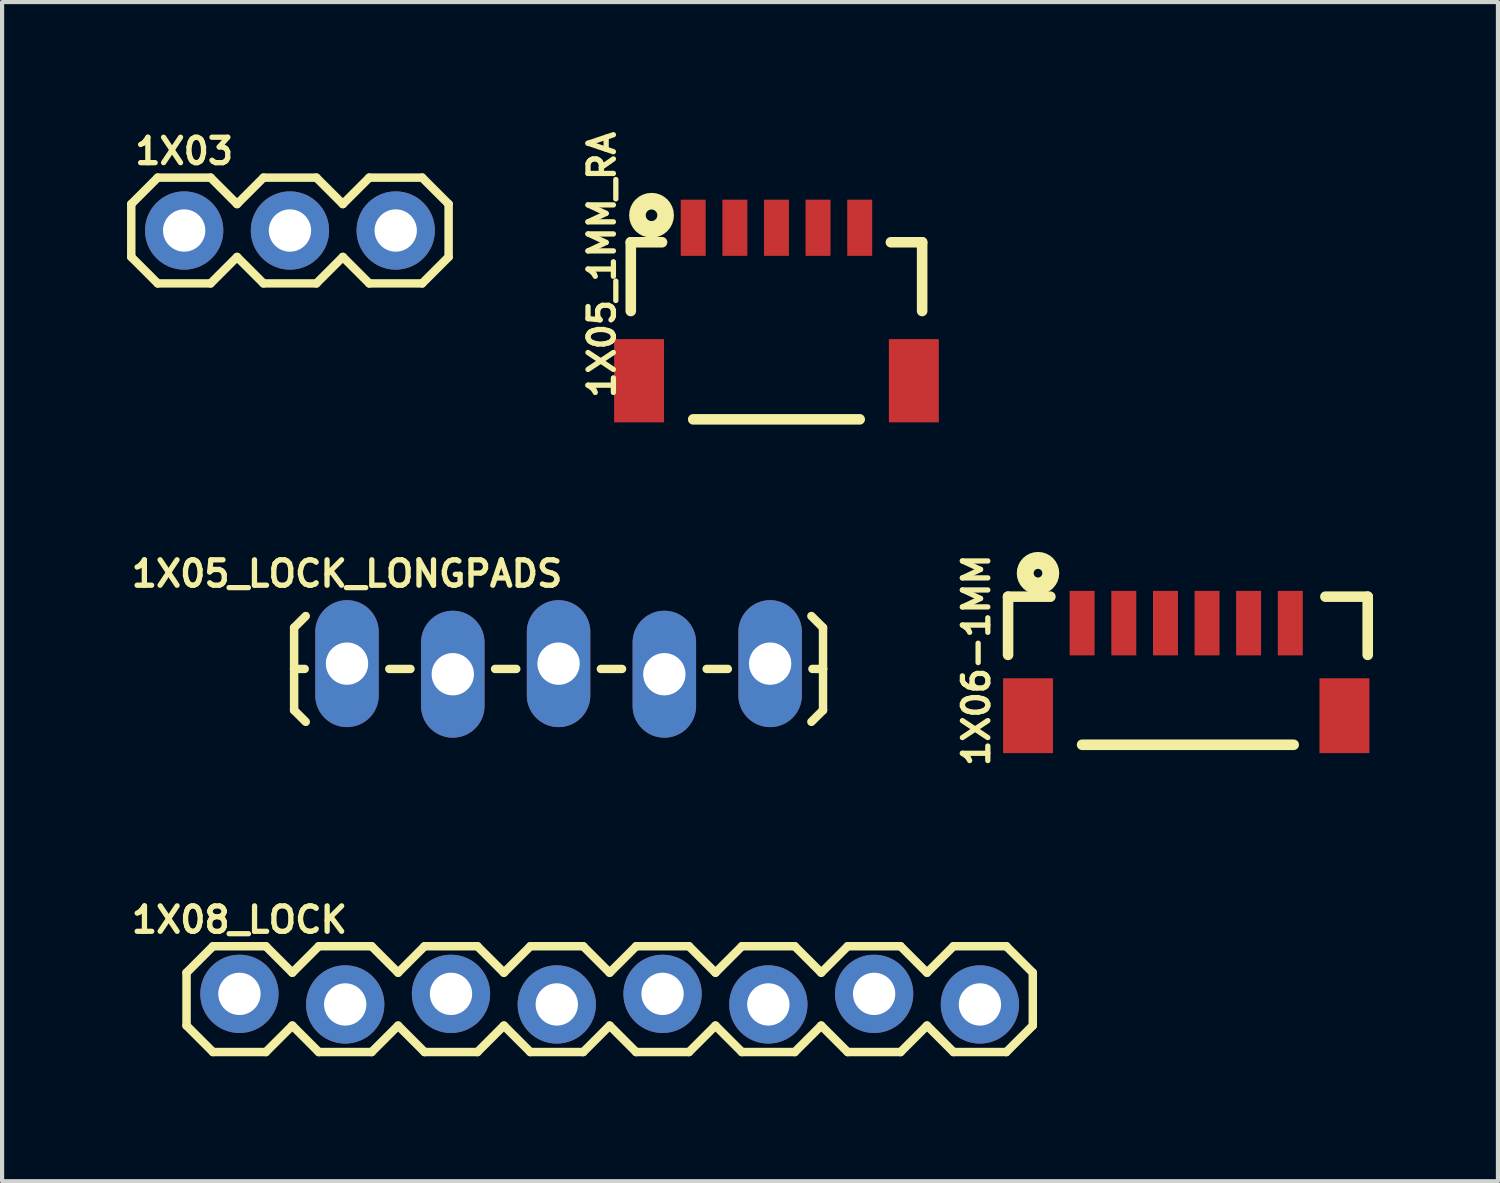
<source format=kicad_pcb>
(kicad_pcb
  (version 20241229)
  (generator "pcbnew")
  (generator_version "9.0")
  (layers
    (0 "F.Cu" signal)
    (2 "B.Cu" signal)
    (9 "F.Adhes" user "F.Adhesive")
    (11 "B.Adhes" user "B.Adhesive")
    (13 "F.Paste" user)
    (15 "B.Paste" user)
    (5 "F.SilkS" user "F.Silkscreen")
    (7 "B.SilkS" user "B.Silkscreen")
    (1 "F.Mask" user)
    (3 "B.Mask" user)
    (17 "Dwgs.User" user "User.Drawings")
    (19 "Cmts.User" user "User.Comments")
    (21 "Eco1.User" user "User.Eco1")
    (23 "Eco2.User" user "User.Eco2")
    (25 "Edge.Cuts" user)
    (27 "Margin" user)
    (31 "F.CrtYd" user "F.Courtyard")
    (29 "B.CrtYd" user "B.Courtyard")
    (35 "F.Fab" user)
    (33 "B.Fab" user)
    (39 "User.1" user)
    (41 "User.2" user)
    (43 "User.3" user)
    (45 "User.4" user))
  (footprint "1X08_LOCK"
    (layer "F.Cu")
    (at 2.699 20.941)
    (property "Reference" "1X08_LOCK" (at 0 -1.905 0) (layer "F.SilkS") (effects (font (size 0.61 0.61) (thickness 0.127))))
    (attr exclude_from_pos_files exclude_from_bom)
    (fp_line (start -1.27 -0.635) (end -1.27 0.635) (stroke (width 0.203) (type solid)) (layer "F.SilkS"))
    (fp_line (start -1.27 0.635) (end -0.635 1.27) (stroke (width 0.203) (type solid)) (layer "F.SilkS"))
    (fp_line (start -0.635 -1.27) (end -1.27 -0.635) (stroke (width 0.203) (type solid)) (layer "F.SilkS"))
    (fp_line (start -0.635 -1.27) (end 0.635 -1.27) (stroke (width 0.203) (type solid)) (layer "F.SilkS"))
    (fp_line (start 0.635 -1.27) (end 1.27 -0.635) (stroke (width 0.203) (type solid)) (layer "F.SilkS"))
    (fp_line (start 0.635 1.27) (end -0.635 1.27) (stroke (width 0.203) (type solid)) (layer "F.SilkS"))
    (fp_line (start 1.27 -0.635) (end 1.905 -1.27) (stroke (width 0.203) (type solid)) (layer "F.SilkS"))
    (fp_line (start 1.27 0.635) (end 0.635 1.27) (stroke (width 0.203) (type solid)) (layer "F.SilkS"))
    (fp_line (start 1.905 -1.27) (end 3.175 -1.27) (stroke (width 0.203) (type solid)) (layer "F.SilkS"))
    (fp_line (start 1.905 1.27) (end 1.27 0.635) (stroke (width 0.203) (type solid)) (layer "F.SilkS"))
    (fp_line (start 3.175 -1.27) (end 3.81 -0.635) (stroke (width 0.203) (type solid)) (layer "F.SilkS"))
    (fp_line (start 3.175 1.27) (end 1.905 1.27) (stroke (width 0.203) (type solid)) (layer "F.SilkS"))
    (fp_line (start 3.81 -0.635) (end 4.445 -1.27) (stroke (width 0.203) (type solid)) (layer "F.SilkS"))
    (fp_line (start 3.81 0.635) (end 3.175 1.27) (stroke (width 0.203) (type solid)) (layer "F.SilkS"))
    (fp_line (start 4.445 -1.27) (end 5.715 -1.27) (stroke (width 0.203) (type solid)) (layer "F.SilkS"))
    (fp_line (start 4.445 1.27) (end 3.81 0.635) (stroke (width 0.203) (type solid)) (layer "F.SilkS"))
    (fp_line (start 5.715 -1.27) (end 6.35 -0.635) (stroke (width 0.203) (type solid)) (layer "F.SilkS"))
    (fp_line (start 5.715 1.27) (end 4.445 1.27) (stroke (width 0.203) (type solid)) (layer "F.SilkS"))
    (fp_line (start 6.35 0.635) (end 5.715 1.27) (stroke (width 0.203) (type solid)) (layer "F.SilkS"))
    (fp_line (start 6.35 0.635) (end 6.985 1.27) (stroke (width 0.203) (type solid)) (layer "F.SilkS"))
    (fp_line (start 6.985 -1.27) (end 6.35 -0.635) (stroke (width 0.203) (type solid)) (layer "F.SilkS"))
    (fp_line (start 6.985 -1.27) (end 8.255 -1.27) (stroke (width 0.203) (type solid)) (layer "F.SilkS"))
    (fp_line (start 8.255 -1.27) (end 8.89 -0.635) (stroke (width 0.203) (type solid)) (layer "F.SilkS"))
    (fp_line (start 8.255 1.27) (end 6.985 1.27) (stroke (width 0.203) (type solid)) (layer "F.SilkS"))
    (fp_line (start 8.89 -0.635) (end 9.525 -1.27) (stroke (width 0.203) (type solid)) (layer "F.SilkS"))
    (fp_line (start 8.89 0.635) (end 8.255 1.27) (stroke (width 0.203) (type solid)) (layer "F.SilkS"))
    (fp_line (start 9.525 -1.27) (end 10.795 -1.27) (stroke (width 0.203) (type solid)) (layer "F.SilkS"))
    (fp_line (start 9.525 1.27) (end 8.89 0.635) (stroke (width 0.203) (type solid)) (layer "F.SilkS"))
    (fp_line (start 10.795 -1.27) (end 11.43 -0.635) (stroke (width 0.203) (type solid)) (layer "F.SilkS"))
    (fp_line (start 10.795 1.27) (end 9.525 1.27) (stroke (width 0.203) (type solid)) (layer "F.SilkS"))
    (fp_line (start 11.43 -0.635) (end 12.065 -1.27) (stroke (width 0.203) (type solid)) (layer "F.SilkS"))
    (fp_line (start 11.43 0.635) (end 10.795 1.27) (stroke (width 0.203) (type solid)) (layer "F.SilkS"))
    (fp_line (start 12.065 -1.27) (end 13.335 -1.27) (stroke (width 0.203) (type solid)) (layer "F.SilkS"))
    (fp_line (start 12.065 1.27) (end 11.43 0.635) (stroke (width 0.203) (type solid)) (layer "F.SilkS"))
    (fp_line (start 13.335 -1.27) (end 13.97 -0.635) (stroke (width 0.203) (type solid)) (layer "F.SilkS"))
    (fp_line (start 13.335 1.27) (end 12.065 1.27) (stroke (width 0.203) (type solid)) (layer "F.SilkS"))
    (fp_line (start 13.97 0.635) (end 13.335 1.27) (stroke (width 0.203) (type solid)) (layer "F.SilkS"))
    (fp_line (start 13.97 0.635) (end 14.605 1.27) (stroke (width 0.203) (type solid)) (layer "F.SilkS"))
    (fp_line (start 14.605 -1.27) (end 13.97 -0.635) (stroke (width 0.203) (type solid)) (layer "F.SilkS"))
    (fp_line (start 14.605 -1.27) (end 15.875 -1.27) (stroke (width 0.203) (type solid)) (layer "F.SilkS"))
    (fp_line (start 15.875 -1.27) (end 16.51 -0.635) (stroke (width 0.203) (type solid)) (layer "F.SilkS"))
    (fp_line (start 15.875 1.27) (end 14.605 1.27) (stroke (width 0.203) (type solid)) (layer "F.SilkS"))
    (fp_line (start 16.51 0.635) (end 15.875 1.27) (stroke (width 0.203) (type solid)) (layer "F.SilkS"))
    (fp_line (start 16.51 0.635) (end 17.145 1.27) (stroke (width 0.203) (type solid)) (layer "F.SilkS"))
    (fp_line (start 17.145 -1.27) (end 16.51 -0.635) (stroke (width 0.203) (type solid)) (layer "F.SilkS"))
    (fp_line (start 17.145 -1.27) (end 18.415 -1.27) (stroke (width 0.203) (type solid)) (layer "F.SilkS"))
    (fp_line (start 18.415 -1.27) (end 19.05 -0.635) (stroke (width 0.203) (type solid)) (layer "F.SilkS"))
    (fp_line (start 18.415 1.27) (end 17.145 1.27) (stroke (width 0.203) (type solid)) (layer "F.SilkS"))
    (fp_line (start 19.05 -0.635) (end 19.05 0.635) (stroke (width 0.203) (type solid)) (layer "F.SilkS"))
    (fp_line (start 19.05 0.635) (end 18.415 1.27) (stroke (width 0.203) (type solid)) (layer "F.SilkS"))
    (pad "1" thru_hole circle (at 0 -0.127) (size 1.88 1.88) (drill 1.016) (layers "*.Cu" "*.Mask"))
    (pad "2" thru_hole circle (at 2.54 0.127) (size 1.88 1.88) (drill 1.016) (layers "*.Cu" "*.Mask"))
    (pad "3" thru_hole circle (at 5.08 -0.127) (size 1.88 1.88) (drill 1.016) (layers "*.Cu" "*.Mask"))
    (pad "4" thru_hole circle (at 7.62 0.127) (size 1.88 1.88) (drill 1.016) (layers "*.Cu" "*.Mask"))
    (pad "5" thru_hole circle (at 10.16 -0.127) (size 1.88 1.88) (drill 1.016) (layers "*.Cu" "*.Mask"))
    (pad "6" thru_hole circle (at 12.7 0.127) (size 1.88 1.88) (drill 1.016) (layers "*.Cu" "*.Mask"))
    (pad "7" thru_hole circle (at 15.24 -0.127) (size 1.88 1.88) (drill 1.016) (layers "*.Cu" "*.Mask"))
    (pad "8" thru_hole circle (at 17.78 0.127) (size 1.88 1.88) (drill 1.016) (layers "*.Cu" "*.Mask")))
  (footprint "1X05_LOCK_LONGPADS"
    (layer "F.Cu")
    (at 5.282 12.885)
    (property "Reference" "1X05_LOCK_LONGPADS" (at 0 -2.159 0) (layer "F.SilkS") (effects (font (size 0.61 0.61) (thickness 0.127))))
    (attr exclude_from_pos_files exclude_from_bom)
    (fp_line (start -1.27 -0.864) (end -0.991 -1.143) (stroke (width 0.203) (type solid)) (layer "F.SilkS"))
    (fp_line (start -1.27 0.127) (end -1.27 -0.864) (stroke (width 0.203) (type solid)) (layer "F.SilkS"))
    (fp_line (start -1.27 0.127) (end -1.27 1.118) (stroke (width 0.203) (type solid)) (layer "F.SilkS"))
    (fp_line (start -1.27 0.127) (end -1.016 0.127) (stroke (width 0.203) (type solid)) (layer "F.SilkS"))
    (fp_line (start -1.27 1.118) (end -0.991 1.397) (stroke (width 0.203) (type solid)) (layer "F.SilkS"))
    (fp_line (start 1.524 0.127) (end 1.016 0.127) (stroke (width 0.203) (type solid)) (layer "F.SilkS"))
    (fp_line (start 4.064 0.127) (end 3.556 0.127) (stroke (width 0.203) (type solid)) (layer "F.SilkS"))
    (fp_line (start 6.604 0.127) (end 6.096 0.127) (stroke (width 0.203) (type solid)) (layer "F.SilkS"))
    (fp_line (start 9.144 0.127) (end 8.636 0.127) (stroke (width 0.203) (type solid)) (layer "F.SilkS"))
    (fp_line (start 11.43 -0.864) (end 11.151 -1.143) (stroke (width 0.203) (type solid)) (layer "F.SilkS"))
    (fp_line (start 11.43 0.127) (end 11.176 0.127) (stroke (width 0.203) (type solid)) (layer "F.SilkS"))
    (fp_line (start 11.43 0.127) (end 11.43 -0.864) (stroke (width 0.203) (type solid)) (layer "F.SilkS"))
    (fp_line (start 11.43 0.127) (end 11.43 1.118) (stroke (width 0.203) (type solid)) (layer "F.SilkS"))
    (fp_line (start 11.43 1.118) (end 11.151 1.397) (stroke (width 0.203) (type solid)) (layer "F.SilkS"))
    (pad "1" thru_hole oval (at 0 0 180) (size 1.524 3.048) (drill 1.016) (layers "*.Cu" "*.Mask"))
    (pad "2" thru_hole oval (at 2.54 0.254 180) (size 1.524 3.048) (drill 1.016) (layers "*.Cu" "*.Mask"))
    (pad "3" thru_hole oval (at 5.08 0 180) (size 1.524 3.048) (drill 1.016) (layers "*.Cu" "*.Mask"))
    (pad "4" thru_hole oval (at 7.62 0.254 180) (size 1.524 3.048) (drill 1.016) (layers "*.Cu" "*.Mask"))
    (pad "5" thru_hole oval (at 10.16 0 180) (size 1.524 3.048) (drill 1.016) (layers "*.Cu" "*.Mask")))
  (footprint "1X05_1MM_RA"
    (layer "F.Cu")
    (at 15.594 2.419)
    (property "Reference" "1X05_1MM_RA" (at -4.191 0.889 90) (layer "F.SilkS") (effects (font (size 0.61 0.61) (thickness 0.127))))
    (attr smd)
    (fp_line (start -3.498 0.348) (end -2.748 0.348) (stroke (width 0.254) (type solid)) (layer "F.SilkS"))
    (fp_line (start -3.498 1.999) (end -3.498 0.348) (stroke (width 0.254) (type solid)) (layer "F.SilkS"))
    (fp_line (start -1.999 4.6) (end 1.999 4.6) (stroke (width 0.254) (type solid)) (layer "F.SilkS"))
    (fp_line (start 2.748 0.348) (end 3.498 0.348) (stroke (width 0.254) (type solid)) (layer "F.SilkS"))
    (fp_line (start 3.498 0.348) (end 3.498 1.999) (stroke (width 0.254) (type solid)) (layer "F.SilkS"))
    (fp_circle (center -3 -0.3) (end -3 -0.439) (stroke (width 0.399) (type solid)) (fill no) (layer "F.SilkS"))
    (pad "1" smd rect (at -1.999 0) (size 0.599 1.349) (layers "F.Cu" "F.Mask" "F.Paste"))
    (pad "2" smd rect (at -0.998 0) (size 0.599 1.349) (layers "F.Cu" "F.Mask" "F.Paste"))
    (pad "3" smd rect (at 0 0) (size 0.599 1.349) (layers "F.Cu" "F.Mask" "F.Paste"))
    (pad "4" smd rect (at 0.998 0) (size 0.599 1.349) (layers "F.Cu" "F.Mask" "F.Paste"))
    (pad "5" smd rect (at 1.999 0) (size 0.599 1.349) (layers "F.Cu" "F.Mask" "F.Paste"))
    (pad "NC1" smd rect (at 3.299 3.673) (size 1.199 1.999) (layers "F.Cu" "F.Mask" "F.Paste"))
    (pad "NC2" smd rect (at -3.299 3.673) (size 1.199 1.999) (layers "F.Cu" "F.Mask" "F.Paste")))
  (footprint "1X03"
    (layer "F.Cu")
    (at 1.372 2.485)
    (property "Reference" "1X03" (at 0 -1.905 0) (layer "F.SilkS") (effects (font (size 0.61 0.61) (thickness 0.127))))
    (attr exclude_from_pos_files exclude_from_bom)
    (fp_line (start -1.27 -0.635) (end -1.27 0.635) (stroke (width 0.203) (type solid)) (layer "F.SilkS"))
    (fp_line (start -1.27 0.635) (end -0.635 1.27) (stroke (width 0.203) (type solid)) (layer "F.SilkS"))
    (fp_line (start -0.635 -1.27) (end -1.27 -0.635) (stroke (width 0.203) (type solid)) (layer "F.SilkS"))
    (fp_line (start -0.635 -1.27) (end 0.635 -1.27) (stroke (width 0.203) (type solid)) (layer "F.SilkS"))
    (fp_line (start 0.635 -1.27) (end 1.27 -0.635) (stroke (width 0.203) (type solid)) (layer "F.SilkS"))
    (fp_line (start 0.635 1.27) (end -0.635 1.27) (stroke (width 0.203) (type solid)) (layer "F.SilkS"))
    (fp_line (start 1.27 -0.635) (end 1.905 -1.27) (stroke (width 0.203) (type solid)) (layer "F.SilkS"))
    (fp_line (start 1.27 0.635) (end 0.635 1.27) (stroke (width 0.203) (type solid)) (layer "F.SilkS"))
    (fp_line (start 1.905 -1.27) (end 3.175 -1.27) (stroke (width 0.203) (type solid)) (layer "F.SilkS"))
    (fp_line (start 1.905 1.27) (end 1.27 0.635) (stroke (width 0.203) (type solid)) (layer "F.SilkS"))
    (fp_line (start 3.175 -1.27) (end 3.81 -0.635) (stroke (width 0.203) (type solid)) (layer "F.SilkS"))
    (fp_line (start 3.175 1.27) (end 1.905 1.27) (stroke (width 0.203) (type solid)) (layer "F.SilkS"))
    (fp_line (start 3.81 -0.635) (end 4.445 -1.27) (stroke (width 0.203) (type solid)) (layer "F.SilkS"))
    (fp_line (start 3.81 0.635) (end 3.175 1.27) (stroke (width 0.203) (type solid)) (layer "F.SilkS"))
    (fp_line (start 4.445 -1.27) (end 5.715 -1.27) (stroke (width 0.203) (type solid)) (layer "F.SilkS"))
    (fp_line (start 4.445 1.27) (end 3.81 0.635) (stroke (width 0.203) (type solid)) (layer "F.SilkS"))
    (fp_line (start 5.715 -1.27) (end 6.35 -0.635) (stroke (width 0.203) (type solid)) (layer "F.SilkS"))
    (fp_line (start 5.715 1.27) (end 4.445 1.27) (stroke (width 0.203) (type solid)) (layer "F.SilkS"))
    (fp_line (start 6.35 -0.635) (end 6.35 0.635) (stroke (width 0.203) (type solid)) (layer "F.SilkS"))
    (fp_line (start 6.35 0.635) (end 5.715 1.27) (stroke (width 0.203) (type solid)) (layer "F.SilkS"))
    (fp_line (start -0.254 -0.254) (end 0.254 -0.254) (stroke (width 0.066) (type solid)) (layer "Dwgs.User"))
    (fp_line (start -0.254 0.254) (end -0.254 -0.254) (stroke (width 0.066) (type solid)) (layer "Dwgs.User"))
    (fp_line (start -0.254 0.254) (end 0.254 0.254) (stroke (width 0.066) (type solid)) (layer "Dwgs.User"))
    (fp_line (start 0.254 0.254) (end 0.254 -0.254) (stroke (width 0.066) (type solid)) (layer "Dwgs.User"))
    (fp_line (start 2.286 -0.254) (end 2.794 -0.254) (stroke (width 0.066) (type solid)) (layer "Dwgs.User"))
    (fp_line (start 2.286 0.254) (end 2.286 -0.254) (stroke (width 0.066) (type solid)) (layer "Dwgs.User"))
    (fp_line (start 2.286 0.254) (end 2.794 0.254) (stroke (width 0.066) (type solid)) (layer "Dwgs.User"))
    (fp_line (start 2.794 0.254) (end 2.794 -0.254) (stroke (width 0.066) (type solid)) (layer "Dwgs.User"))
    (fp_line (start 4.826 -0.254) (end 5.334 -0.254) (stroke (width 0.066) (type solid)) (layer "Dwgs.User"))
    (fp_line (start 4.826 0.254) (end 4.826 -0.254) (stroke (width 0.066) (type solid)) (layer "Dwgs.User"))
    (fp_line (start 4.826 0.254) (end 5.334 0.254) (stroke (width 0.066) (type solid)) (layer "Dwgs.User"))
    (fp_line (start 5.334 0.254) (end 5.334 -0.254) (stroke (width 0.066) (type solid)) (layer "Dwgs.User"))
    (pad "1" thru_hole circle (at 0 0) (size 1.88 1.88) (drill 1.016) (layers "*.Cu" "*.Mask"))
    (pad "2" thru_hole circle (at 2.54 0) (size 1.88 1.88) (drill 1.016) (layers "*.Cu" "*.Mask"))
    (pad "3" thru_hole circle (at 5.08 0) (size 1.88 1.88) (drill 1.016) (layers "*.Cu" "*.Mask")))
  (footprint "1X06-1MM"
    (layer "F.Cu")
    (at 25.473 13.182)
    (property "Reference" "1X06-1MM" (at -5.08 -0.381 90) (layer "F.SilkS") (effects (font (size 0.61 0.61) (thickness 0.127))))
    (attr smd)
    (fp_line (start -4.318 -1.905) (end -3.302 -1.905) (stroke (width 0.254) (type solid)) (layer "F.SilkS"))
    (fp_line (start -4.318 -0.508) (end -4.318 -1.905) (stroke (width 0.254) (type solid)) (layer "F.SilkS"))
    (fp_line (start -2.54 1.651) (end 2.54 1.651) (stroke (width 0.254) (type solid)) (layer "F.SilkS"))
    (fp_line (start 3.302 -1.905) (end 4.318 -1.905) (stroke (width 0.254) (type solid)) (layer "F.SilkS"))
    (fp_line (start 4.318 -1.905) (end 4.318 -0.508) (stroke (width 0.254) (type solid)) (layer "F.SilkS"))
    (fp_circle (center -3.599 -2.469) (end -3.599 -2.573) (stroke (width 0.406) (type solid)) (fill no) (layer "F.SilkS"))
    (pad "1" smd rect (at -2.54 -1.27) (size 0.599 1.549) (layers "F.Cu" "F.Mask" "F.Paste"))
    (pad "2" smd rect (at -1.539 -1.27) (size 0.599 1.549) (layers "F.Cu" "F.Mask" "F.Paste"))
    (pad "3" smd rect (at -0.538 -1.27) (size 0.599 1.549) (layers "F.Cu" "F.Mask" "F.Paste"))
    (pad "4" smd rect (at 0.46 -1.27) (size 0.599 1.549) (layers "F.Cu" "F.Mask" "F.Paste"))
    (pad "5" smd rect (at 1.458 -1.27) (size 0.599 1.549) (layers "F.Cu" "F.Mask" "F.Paste"))
    (pad "6" smd rect (at 2.459 -1.27) (size 0.599 1.549) (layers "F.Cu" "F.Mask" "F.Paste"))
    (pad "P$1" smd rect (at -3.838 0.953) (size 1.199 1.798) (layers "F.Cu" "F.Mask" "F.Paste"))
    (pad "P$2" smd rect (at 3.759 0.953) (size 1.199 1.798) (layers "F.Cu" "F.Mask" "F.Paste")))
  (gr_rect
    (start -3 -3)
    (end 32.918 25.312)
    (stroke (width 0.1) (type default))
    (fill no)
    (layer "Edge.Cuts")))
</source>
